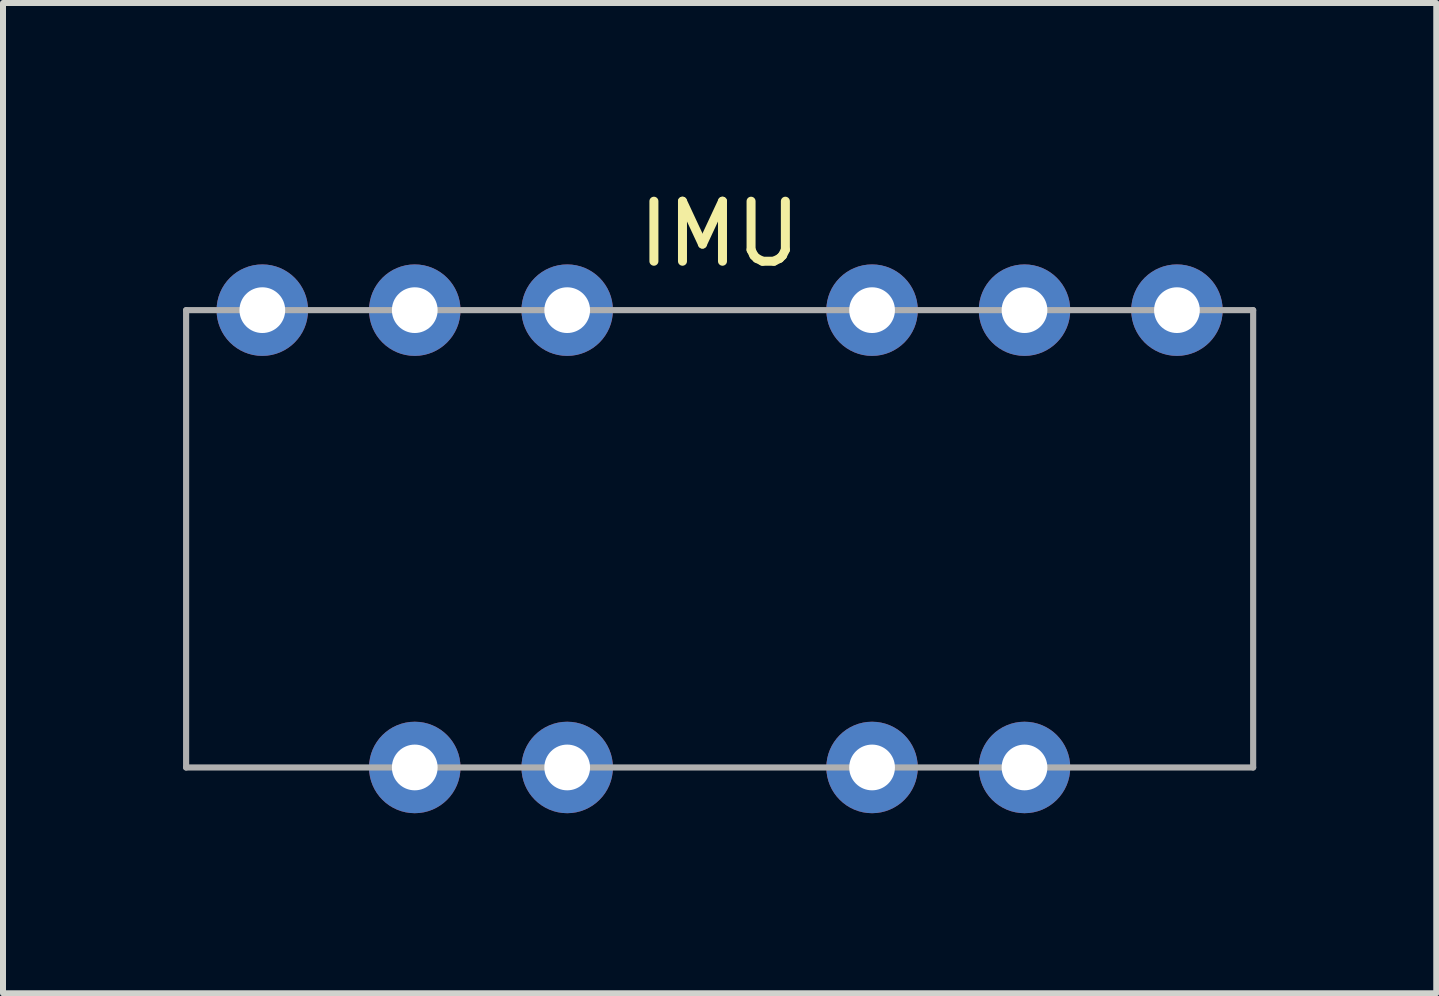
<source format=kicad_pcb>
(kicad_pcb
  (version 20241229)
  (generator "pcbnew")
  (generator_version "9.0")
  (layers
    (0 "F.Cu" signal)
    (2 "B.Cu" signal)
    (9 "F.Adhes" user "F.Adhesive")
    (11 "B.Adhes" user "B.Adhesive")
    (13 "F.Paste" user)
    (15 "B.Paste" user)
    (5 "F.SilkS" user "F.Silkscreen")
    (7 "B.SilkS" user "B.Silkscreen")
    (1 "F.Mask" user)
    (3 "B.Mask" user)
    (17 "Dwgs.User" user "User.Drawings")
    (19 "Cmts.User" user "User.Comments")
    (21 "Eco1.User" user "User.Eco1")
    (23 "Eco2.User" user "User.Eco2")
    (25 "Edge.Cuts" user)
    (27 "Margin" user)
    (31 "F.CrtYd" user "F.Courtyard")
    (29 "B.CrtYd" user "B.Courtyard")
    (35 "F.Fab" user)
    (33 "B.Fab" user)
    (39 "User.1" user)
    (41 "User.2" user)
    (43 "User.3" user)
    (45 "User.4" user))
  (footprint "IMU"
    (layer "F.Cu")
    (at 8.941 4.658)
    (property "Reference" "IMU" (at 0 -3.81 0) (layer "F.SilkS") (effects (font (size 1 1) (thickness 0.15))))
    (attr through_hole)
    (fp_line (start -8.89 -2.54) (end 8.89 -2.54) (stroke (width 0.102) (type solid)) (layer "F.Fab"))
    (fp_line (start -8.89 5.08) (end -8.89 -2.54) (stroke (width 0.102) (type solid)) (layer "F.Fab"))
    (fp_line (start 8.89 -2.54) (end 8.89 5.08) (stroke (width 0.102) (type solid)) (layer "F.Fab"))
    (fp_line (start 8.89 5.08) (end -8.89 5.08) (stroke (width 0.102) (type solid)) (layer "F.Fab"))
    (pad "1" thru_hole circle (at -7.62 -2.54) (size 1.524 1.524) (drill 0.762) (layers "*.Cu" "*.Mask"))
    (pad "2" thru_hole circle (at -5.08 -2.54) (size 1.524 1.524) (drill 0.762) (layers "*.Cu" "*.Mask"))
    (pad "3" thru_hole circle (at -2.54 -2.54) (size 1.524 1.524) (drill 0.762) (layers "*.Cu" "*.Mask"))
    (pad "4" thru_hole circle (at 2.54 -2.54) (size 1.524 1.524) (drill 0.762) (layers "*.Cu" "*.Mask"))
    (pad "5" thru_hole circle (at 5.08 -2.54) (size 1.524 1.524) (drill 0.762) (layers "*.Cu" "*.Mask"))
    (pad "6" thru_hole circle (at 7.62 -2.54) (size 1.524 1.524) (drill 0.762) (layers "*.Cu" "*.Mask"))
    (pad "7" thru_hole circle (at 5.08 5.08) (size 1.524 1.524) (drill 0.762) (layers "*.Cu" "*.Mask"))
    (pad "8" thru_hole circle (at 2.54 5.08) (size 1.524 1.524) (drill 0.762) (layers "*.Cu" "*.Mask"))
    (pad "9" thru_hole circle (at -2.54 5.08) (size 1.524 1.524) (drill 0.762) (layers "*.Cu" "*.Mask"))
    (pad "10" thru_hole circle (at -5.08 5.08) (size 1.524 1.524) (drill 0.762) (layers "*.Cu" "*.Mask")))
  (gr_rect
    (start -3 -3)
    (end 20.882 13.5)
    (stroke (width 0.1) (type default))
    (fill no)
    (layer "Edge.Cuts")))
</source>
